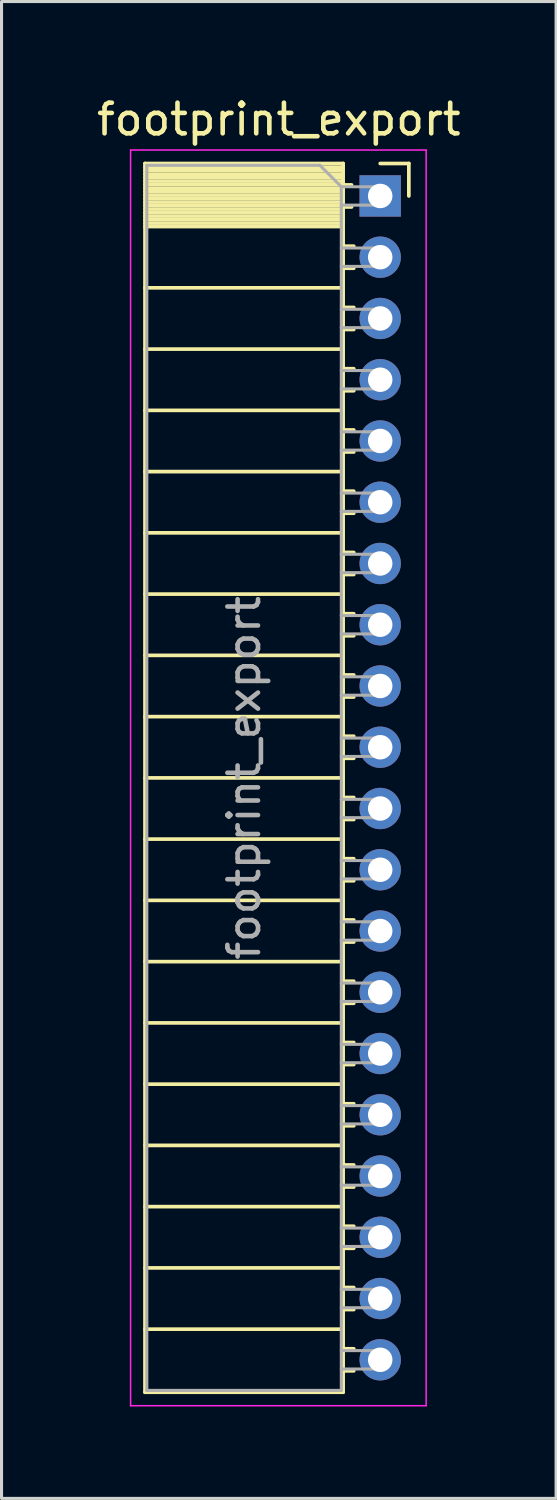
<source format=kicad_pcb>
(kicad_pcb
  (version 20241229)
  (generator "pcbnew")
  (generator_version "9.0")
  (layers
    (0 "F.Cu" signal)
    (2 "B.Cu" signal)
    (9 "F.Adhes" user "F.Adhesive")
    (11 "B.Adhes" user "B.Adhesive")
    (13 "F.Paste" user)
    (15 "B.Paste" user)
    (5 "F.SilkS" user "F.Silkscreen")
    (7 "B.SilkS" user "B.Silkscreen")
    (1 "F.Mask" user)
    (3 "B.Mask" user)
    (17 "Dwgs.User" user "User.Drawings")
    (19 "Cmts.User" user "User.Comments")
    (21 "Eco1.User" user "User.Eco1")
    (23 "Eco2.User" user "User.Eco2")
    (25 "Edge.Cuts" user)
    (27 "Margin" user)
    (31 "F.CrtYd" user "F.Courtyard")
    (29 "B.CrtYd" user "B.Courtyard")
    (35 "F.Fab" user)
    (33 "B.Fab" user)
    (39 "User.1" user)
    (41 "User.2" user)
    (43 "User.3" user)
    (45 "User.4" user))
  (footprint "footprint_export"
    (layer "F.Cu")
    (at 9.364 3.348)
    (property "Reference" "footprint_export" (at -3.31 -2.5 0) (layer "F.SilkS") (effects (font (size 1 1) (thickness 0.15))))
    (attr through_hole)
    (fp_line (start -7.68 -1.06) (end -7.68 39.06) (stroke (width 0.12) (type solid)) (layer "F.SilkS"))
    (fp_line (start -7.68 -1.06) (end -1.21 -1.06) (stroke (width 0.12) (type solid)) (layer "F.SilkS"))
    (fp_line (start -7.68 -0.94) (end -1.21 -0.94) (stroke (width 0.12) (type solid)) (layer "F.SilkS"))
    (fp_line (start -7.68 -0.826) (end -1.21 -0.826) (stroke (width 0.12) (type solid)) (layer "F.SilkS"))
    (fp_line (start -7.68 -0.712) (end -1.21 -0.712) (stroke (width 0.12) (type solid)) (layer "F.SilkS"))
    (fp_line (start -7.68 -0.598) (end -1.21 -0.598) (stroke (width 0.12) (type solid)) (layer "F.SilkS"))
    (fp_line (start -7.68 -0.484) (end -1.21 -0.484) (stroke (width 0.12) (type solid)) (layer "F.SilkS"))
    (fp_line (start -7.68 -0.369) (end -1.21 -0.369) (stroke (width 0.12) (type solid)) (layer "F.SilkS"))
    (fp_line (start -7.68 -0.255) (end -1.21 -0.255) (stroke (width 0.12) (type solid)) (layer "F.SilkS"))
    (fp_line (start -7.68 -0.141) (end -1.21 -0.141) (stroke (width 0.12) (type solid)) (layer "F.SilkS"))
    (fp_line (start -7.68 -0.027) (end -1.21 -0.027) (stroke (width 0.12) (type solid)) (layer "F.SilkS"))
    (fp_line (start -7.68 0.087) (end -1.21 0.087) (stroke (width 0.12) (type solid)) (layer "F.SilkS"))
    (fp_line (start -7.68 0.201) (end -1.21 0.201) (stroke (width 0.12) (type solid)) (layer "F.SilkS"))
    (fp_line (start -7.68 0.315) (end -1.21 0.315) (stroke (width 0.12) (type solid)) (layer "F.SilkS"))
    (fp_line (start -7.68 0.429) (end -1.21 0.429) (stroke (width 0.12) (type solid)) (layer "F.SilkS"))
    (fp_line (start -7.68 0.544) (end -1.21 0.544) (stroke (width 0.12) (type solid)) (layer "F.SilkS"))
    (fp_line (start -7.68 0.658) (end -1.21 0.658) (stroke (width 0.12) (type solid)) (layer "F.SilkS"))
    (fp_line (start -7.68 0.772) (end -1.21 0.772) (stroke (width 0.12) (type solid)) (layer "F.SilkS"))
    (fp_line (start -7.68 0.886) (end -1.21 0.886) (stroke (width 0.12) (type solid)) (layer "F.SilkS"))
    (fp_line (start -7.68 1) (end -1.21 1) (stroke (width 0.12) (type solid)) (layer "F.SilkS"))
    (fp_line (start -7.68 3) (end -1.21 3) (stroke (width 0.12) (type solid)) (layer "F.SilkS"))
    (fp_line (start -7.68 5) (end -1.21 5) (stroke (width 0.12) (type solid)) (layer "F.SilkS"))
    (fp_line (start -7.68 7) (end -1.21 7) (stroke (width 0.12) (type solid)) (layer "F.SilkS"))
    (fp_line (start -7.68 9) (end -1.21 9) (stroke (width 0.12) (type solid)) (layer "F.SilkS"))
    (fp_line (start -7.68 11) (end -1.21 11) (stroke (width 0.12) (type solid)) (layer "F.SilkS"))
    (fp_line (start -7.68 13) (end -1.21 13) (stroke (width 0.12) (type solid)) (layer "F.SilkS"))
    (fp_line (start -7.68 15) (end -1.21 15) (stroke (width 0.12) (type solid)) (layer "F.SilkS"))
    (fp_line (start -7.68 17) (end -1.21 17) (stroke (width 0.12) (type solid)) (layer "F.SilkS"))
    (fp_line (start -7.68 19) (end -1.21 19) (stroke (width 0.12) (type solid)) (layer "F.SilkS"))
    (fp_line (start -7.68 21) (end -1.21 21) (stroke (width 0.12) (type solid)) (layer "F.SilkS"))
    (fp_line (start -7.68 23) (end -1.21 23) (stroke (width 0.12) (type solid)) (layer "F.SilkS"))
    (fp_line (start -7.68 25) (end -1.21 25) (stroke (width 0.12) (type solid)) (layer "F.SilkS"))
    (fp_line (start -7.68 27) (end -1.21 27) (stroke (width 0.12) (type solid)) (layer "F.SilkS"))
    (fp_line (start -7.68 29) (end -1.21 29) (stroke (width 0.12) (type solid)) (layer "F.SilkS"))
    (fp_line (start -7.68 31) (end -1.21 31) (stroke (width 0.12) (type solid)) (layer "F.SilkS"))
    (fp_line (start -7.68 33) (end -1.21 33) (stroke (width 0.12) (type solid)) (layer "F.SilkS"))
    (fp_line (start -7.68 35) (end -1.21 35) (stroke (width 0.12) (type solid)) (layer "F.SilkS"))
    (fp_line (start -7.68 37) (end -1.21 37) (stroke (width 0.12) (type solid)) (layer "F.SilkS"))
    (fp_line (start -7.68 39.06) (end -1.21 39.06) (stroke (width 0.12) (type solid)) (layer "F.SilkS"))
    (fp_line (start -1.21 -1.06) (end -1.21 39.06) (stroke (width 0.12) (type solid)) (layer "F.SilkS"))
    (fp_line (start -1.21 -0.36) (end -0.935 -0.36) (stroke (width 0.12) (type solid)) (layer "F.SilkS"))
    (fp_line (start -1.21 0.36) (end -0.935 0.36) (stroke (width 0.12) (type solid)) (layer "F.SilkS"))
    (fp_line (start -1.21 1.64) (end -0.863 1.64) (stroke (width 0.12) (type solid)) (layer "F.SilkS"))
    (fp_line (start -1.21 2.36) (end -0.863 2.36) (stroke (width 0.12) (type solid)) (layer "F.SilkS"))
    (fp_line (start -1.21 3.64) (end -0.863 3.64) (stroke (width 0.12) (type solid)) (layer "F.SilkS"))
    (fp_line (start -1.21 4.36) (end -0.863 4.36) (stroke (width 0.12) (type solid)) (layer "F.SilkS"))
    (fp_line (start -1.21 5.64) (end -0.863 5.64) (stroke (width 0.12) (type solid)) (layer "F.SilkS"))
    (fp_line (start -1.21 6.36) (end -0.863 6.36) (stroke (width 0.12) (type solid)) (layer "F.SilkS"))
    (fp_line (start -1.21 7.64) (end -0.863 7.64) (stroke (width 0.12) (type solid)) (layer "F.SilkS"))
    (fp_line (start -1.21 8.36) (end -0.863 8.36) (stroke (width 0.12) (type solid)) (layer "F.SilkS"))
    (fp_line (start -1.21 9.64) (end -0.863 9.64) (stroke (width 0.12) (type solid)) (layer "F.SilkS"))
    (fp_line (start -1.21 10.36) (end -0.863 10.36) (stroke (width 0.12) (type solid)) (layer "F.SilkS"))
    (fp_line (start -1.21 11.64) (end -0.863 11.64) (stroke (width 0.12) (type solid)) (layer "F.SilkS"))
    (fp_line (start -1.21 12.36) (end -0.863 12.36) (stroke (width 0.12) (type solid)) (layer "F.SilkS"))
    (fp_line (start -1.21 13.64) (end -0.863 13.64) (stroke (width 0.12) (type solid)) (layer "F.SilkS"))
    (fp_line (start -1.21 14.36) (end -0.863 14.36) (stroke (width 0.12) (type solid)) (layer "F.SilkS"))
    (fp_line (start -1.21 15.64) (end -0.863 15.64) (stroke (width 0.12) (type solid)) (layer "F.SilkS"))
    (fp_line (start -1.21 16.36) (end -0.863 16.36) (stroke (width 0.12) (type solid)) (layer "F.SilkS"))
    (fp_line (start -1.21 17.64) (end -0.863 17.64) (stroke (width 0.12) (type solid)) (layer "F.SilkS"))
    (fp_line (start -1.21 18.36) (end -0.863 18.36) (stroke (width 0.12) (type solid)) (layer "F.SilkS"))
    (fp_line (start -1.21 19.64) (end -0.863 19.64) (stroke (width 0.12) (type solid)) (layer "F.SilkS"))
    (fp_line (start -1.21 20.36) (end -0.863 20.36) (stroke (width 0.12) (type solid)) (layer "F.SilkS"))
    (fp_line (start -1.21 21.64) (end -0.863 21.64) (stroke (width 0.12) (type solid)) (layer "F.SilkS"))
    (fp_line (start -1.21 22.36) (end -0.863 22.36) (stroke (width 0.12) (type solid)) (layer "F.SilkS"))
    (fp_line (start -1.21 23.64) (end -0.863 23.64) (stroke (width 0.12) (type solid)) (layer "F.SilkS"))
    (fp_line (start -1.21 24.36) (end -0.863 24.36) (stroke (width 0.12) (type solid)) (layer "F.SilkS"))
    (fp_line (start -1.21 25.64) (end -0.863 25.64) (stroke (width 0.12) (type solid)) (layer "F.SilkS"))
    (fp_line (start -1.21 26.36) (end -0.863 26.36) (stroke (width 0.12) (type solid)) (layer "F.SilkS"))
    (fp_line (start -1.21 27.64) (end -0.863 27.64) (stroke (width 0.12) (type solid)) (layer "F.SilkS"))
    (fp_line (start -1.21 28.36) (end -0.863 28.36) (stroke (width 0.12) (type solid)) (layer "F.SilkS"))
    (fp_line (start -1.21 29.64) (end -0.863 29.64) (stroke (width 0.12) (type solid)) (layer "F.SilkS"))
    (fp_line (start -1.21 30.36) (end -0.863 30.36) (stroke (width 0.12) (type solid)) (layer "F.SilkS"))
    (fp_line (start -1.21 31.64) (end -0.863 31.64) (stroke (width 0.12) (type solid)) (layer "F.SilkS"))
    (fp_line (start -1.21 32.36) (end -0.863 32.36) (stroke (width 0.12) (type solid)) (layer "F.SilkS"))
    (fp_line (start -1.21 33.64) (end -0.863 33.64) (stroke (width 0.12) (type solid)) (layer "F.SilkS"))
    (fp_line (start -1.21 34.36) (end -0.863 34.36) (stroke (width 0.12) (type solid)) (layer "F.SilkS"))
    (fp_line (start -1.21 35.64) (end -0.863 35.64) (stroke (width 0.12) (type solid)) (layer "F.SilkS"))
    (fp_line (start -1.21 36.36) (end -0.863 36.36) (stroke (width 0.12) (type solid)) (layer "F.SilkS"))
    (fp_line (start -1.21 37.64) (end -0.863 37.64) (stroke (width 0.12) (type solid)) (layer "F.SilkS"))
    (fp_line (start -1.21 38.36) (end -0.863 38.36) (stroke (width 0.12) (type solid)) (layer "F.SilkS"))
    (fp_line (start 0 -1.06) (end 0.935 -1.06) (stroke (width 0.12) (type solid)) (layer "F.SilkS"))
    (fp_line (start 0.935 -1.06) (end 0.935 0) (stroke (width 0.12) (type solid)) (layer "F.SilkS"))
    (fp_line (start -8.15 -1.5) (end -8.15 39.5) (stroke (width 0.05) (type solid)) (layer "F.CrtYd"))
    (fp_line (start -8.15 39.5) (end 1.5 39.5) (stroke (width 0.05) (type solid)) (layer "F.CrtYd"))
    (fp_line (start 1.5 -1.5) (end -8.15 -1.5) (stroke (width 0.05) (type solid)) (layer "F.CrtYd"))
    (fp_line (start 1.5 39.5) (end 1.5 -1.5) (stroke (width 0.05) (type solid)) (layer "F.CrtYd"))
    (fp_line (start -7.62 -1) (end -1.97 -1) (stroke (width 0.1) (type solid)) (layer "F.Fab"))
    (fp_line (start -7.62 39) (end -7.62 -1) (stroke (width 0.1) (type solid)) (layer "F.Fab"))
    (fp_line (start -1.97 -1) (end -1.27 -0.3) (stroke (width 0.1) (type solid)) (layer "F.Fab"))
    (fp_line (start -1.27 -0.3) (end -1.27 39) (stroke (width 0.1) (type solid)) (layer "F.Fab"))
    (fp_line (start -1.27 0.3) (end 0 0.3) (stroke (width 0.1) (type solid)) (layer "F.Fab"))
    (fp_line (start -1.27 2.3) (end 0 2.3) (stroke (width 0.1) (type solid)) (layer "F.Fab"))
    (fp_line (start -1.27 4.3) (end 0 4.3) (stroke (width 0.1) (type solid)) (layer "F.Fab"))
    (fp_line (start -1.27 6.3) (end 0 6.3) (stroke (width 0.1) (type solid)) (layer "F.Fab"))
    (fp_line (start -1.27 8.3) (end 0 8.3) (stroke (width 0.1) (type solid)) (layer "F.Fab"))
    (fp_line (start -1.27 10.3) (end 0 10.3) (stroke (width 0.1) (type solid)) (layer "F.Fab"))
    (fp_line (start -1.27 12.3) (end 0 12.3) (stroke (width 0.1) (type solid)) (layer "F.Fab"))
    (fp_line (start -1.27 14.3) (end 0 14.3) (stroke (width 0.1) (type solid)) (layer "F.Fab"))
    (fp_line (start -1.27 16.3) (end 0 16.3) (stroke (width 0.1) (type solid)) (layer "F.Fab"))
    (fp_line (start -1.27 18.3) (end 0 18.3) (stroke (width 0.1) (type solid)) (layer "F.Fab"))
    (fp_line (start -1.27 20.3) (end 0 20.3) (stroke (width 0.1) (type solid)) (layer "F.Fab"))
    (fp_line (start -1.27 22.3) (end 0 22.3) (stroke (width 0.1) (type solid)) (layer "F.Fab"))
    (fp_line (start -1.27 24.3) (end 0 24.3) (stroke (width 0.1) (type solid)) (layer "F.Fab"))
    (fp_line (start -1.27 26.3) (end 0 26.3) (stroke (width 0.1) (type solid)) (layer "F.Fab"))
    (fp_line (start -1.27 28.3) (end 0 28.3) (stroke (width 0.1) (type solid)) (layer "F.Fab"))
    (fp_line (start -1.27 30.3) (end 0 30.3) (stroke (width 0.1) (type solid)) (layer "F.Fab"))
    (fp_line (start -1.27 32.3) (end 0 32.3) (stroke (width 0.1) (type solid)) (layer "F.Fab"))
    (fp_line (start -1.27 34.3) (end 0 34.3) (stroke (width 0.1) (type solid)) (layer "F.Fab"))
    (fp_line (start -1.27 36.3) (end 0 36.3) (stroke (width 0.1) (type solid)) (layer "F.Fab"))
    (fp_line (start -1.27 38.3) (end 0 38.3) (stroke (width 0.1) (type solid)) (layer "F.Fab"))
    (fp_line (start -1.27 39) (end -7.62 39) (stroke (width 0.1) (type solid)) (layer "F.Fab"))
    (fp_line (start 0 -0.3) (end -1.27 -0.3) (stroke (width 0.1) (type solid)) (layer "F.Fab"))
    (fp_line (start 0 0.3) (end 0 -0.3) (stroke (width 0.1) (type solid)) (layer "F.Fab"))
    (fp_line (start 0 1.7) (end -1.27 1.7) (stroke (width 0.1) (type solid)) (layer "F.Fab"))
    (fp_line (start 0 2.3) (end 0 1.7) (stroke (width 0.1) (type solid)) (layer "F.Fab"))
    (fp_line (start 0 3.7) (end -1.27 3.7) (stroke (width 0.1) (type solid)) (layer "F.Fab"))
    (fp_line (start 0 4.3) (end 0 3.7) (stroke (width 0.1) (type solid)) (layer "F.Fab"))
    (fp_line (start 0 5.7) (end -1.27 5.7) (stroke (width 0.1) (type solid)) (layer "F.Fab"))
    (fp_line (start 0 6.3) (end 0 5.7) (stroke (width 0.1) (type solid)) (layer "F.Fab"))
    (fp_line (start 0 7.7) (end -1.27 7.7) (stroke (width 0.1) (type solid)) (layer "F.Fab"))
    (fp_line (start 0 8.3) (end 0 7.7) (stroke (width 0.1) (type solid)) (layer "F.Fab"))
    (fp_line (start 0 9.7) (end -1.27 9.7) (stroke (width 0.1) (type solid)) (layer "F.Fab"))
    (fp_line (start 0 10.3) (end 0 9.7) (stroke (width 0.1) (type solid)) (layer "F.Fab"))
    (fp_line (start 0 11.7) (end -1.27 11.7) (stroke (width 0.1) (type solid)) (layer "F.Fab"))
    (fp_line (start 0 12.3) (end 0 11.7) (stroke (width 0.1) (type solid)) (layer "F.Fab"))
    (fp_line (start 0 13.7) (end -1.27 13.7) (stroke (width 0.1) (type solid)) (layer "F.Fab"))
    (fp_line (start 0 14.3) (end 0 13.7) (stroke (width 0.1) (type solid)) (layer "F.Fab"))
    (fp_line (start 0 15.7) (end -1.27 15.7) (stroke (width 0.1) (type solid)) (layer "F.Fab"))
    (fp_line (start 0 16.3) (end 0 15.7) (stroke (width 0.1) (type solid)) (layer "F.Fab"))
    (fp_line (start 0 17.7) (end -1.27 17.7) (stroke (width 0.1) (type solid)) (layer "F.Fab"))
    (fp_line (start 0 18.3) (end 0 17.7) (stroke (width 0.1) (type solid)) (layer "F.Fab"))
    (fp_line (start 0 19.7) (end -1.27 19.7) (stroke (width 0.1) (type solid)) (layer "F.Fab"))
    (fp_line (start 0 20.3) (end 0 19.7) (stroke (width 0.1) (type solid)) (layer "F.Fab"))
    (fp_line (start 0 21.7) (end -1.27 21.7) (stroke (width 0.1) (type solid)) (layer "F.Fab"))
    (fp_line (start 0 22.3) (end 0 21.7) (stroke (width 0.1) (type solid)) (layer "F.Fab"))
    (fp_line (start 0 23.7) (end -1.27 23.7) (stroke (width 0.1) (type solid)) (layer "F.Fab"))
    (fp_line (start 0 24.3) (end 0 23.7) (stroke (width 0.1) (type solid)) (layer "F.Fab"))
    (fp_line (start 0 25.7) (end -1.27 25.7) (stroke (width 0.1) (type solid)) (layer "F.Fab"))
    (fp_line (start 0 26.3) (end 0 25.7) (stroke (width 0.1) (type solid)) (layer "F.Fab"))
    (fp_line (start 0 27.7) (end -1.27 27.7) (stroke (width 0.1) (type solid)) (layer "F.Fab"))
    (fp_line (start 0 28.3) (end 0 27.7) (stroke (width 0.1) (type solid)) (layer "F.Fab"))
    (fp_line (start 0 29.7) (end -1.27 29.7) (stroke (width 0.1) (type solid)) (layer "F.Fab"))
    (fp_line (start 0 30.3) (end 0 29.7) (stroke (width 0.1) (type solid)) (layer "F.Fab"))
    (fp_line (start 0 31.7) (end -1.27 31.7) (stroke (width 0.1) (type solid)) (layer "F.Fab"))
    (fp_line (start 0 32.3) (end 0 31.7) (stroke (width 0.1) (type solid)) (layer "F.Fab"))
    (fp_line (start 0 33.7) (end -1.27 33.7) (stroke (width 0.1) (type solid)) (layer "F.Fab"))
    (fp_line (start 0 34.3) (end 0 33.7) (stroke (width 0.1) (type solid)) (layer "F.Fab"))
    (fp_line (start 0 35.7) (end -1.27 35.7) (stroke (width 0.1) (type solid)) (layer "F.Fab"))
    (fp_line (start 0 36.3) (end 0 35.7) (stroke (width 0.1) (type solid)) (layer "F.Fab"))
    (fp_line (start 0 37.7) (end -1.27 37.7) (stroke (width 0.1) (type solid)) (layer "F.Fab"))
    (fp_line (start 0 38.3) (end 0 37.7) (stroke (width 0.1) (type solid)) (layer "F.Fab"))
    (fp_text user "${REFERENCE}" (at -4.445 19 90) (layer "F.Fab") (effects (font (size 1 1) (thickness 0.15))))
    (pad "1" thru_hole rect (at 0 0) (size 1.35 1.35) (drill 0.8) (layers "*.Cu" "*.Mask"))
    (pad "2" thru_hole oval (at 0 2) (size 1.35 1.35) (drill 0.8) (layers "*.Cu" "*.Mask"))
    (pad "3" thru_hole oval (at 0 4) (size 1.35 1.35) (drill 0.8) (layers "*.Cu" "*.Mask"))
    (pad "4" thru_hole oval (at 0 6) (size 1.35 1.35) (drill 0.8) (layers "*.Cu" "*.Mask"))
    (pad "5" thru_hole oval (at 0 8) (size 1.35 1.35) (drill 0.8) (layers "*.Cu" "*.Mask"))
    (pad "6" thru_hole oval (at 0 10) (size 1.35 1.35) (drill 0.8) (layers "*.Cu" "*.Mask"))
    (pad "7" thru_hole oval (at 0 12) (size 1.35 1.35) (drill 0.8) (layers "*.Cu" "*.Mask"))
    (pad "8" thru_hole oval (at 0 14) (size 1.35 1.35) (drill 0.8) (layers "*.Cu" "*.Mask"))
    (pad "9" thru_hole oval (at 0 16) (size 1.35 1.35) (drill 0.8) (layers "*.Cu" "*.Mask"))
    (pad "10" thru_hole oval (at 0 18) (size 1.35 1.35) (drill 0.8) (layers "*.Cu" "*.Mask"))
    (pad "11" thru_hole oval (at 0 20) (size 1.35 1.35) (drill 0.8) (layers "*.Cu" "*.Mask"))
    (pad "12" thru_hole oval (at 0 22) (size 1.35 1.35) (drill 0.8) (layers "*.Cu" "*.Mask"))
    (pad "13" thru_hole oval (at 0 24) (size 1.35 1.35) (drill 0.8) (layers "*.Cu" "*.Mask"))
    (pad "14" thru_hole oval (at 0 26) (size 1.35 1.35) (drill 0.8) (layers "*.Cu" "*.Mask"))
    (pad "15" thru_hole oval (at 0 28) (size 1.35 1.35) (drill 0.8) (layers "*.Cu" "*.Mask"))
    (pad "16" thru_hole oval (at 0 30) (size 1.35 1.35) (drill 0.8) (layers "*.Cu" "*.Mask"))
    (pad "17" thru_hole oval (at 0 32) (size 1.35 1.35) (drill 0.8) (layers "*.Cu" "*.Mask"))
    (pad "18" thru_hole oval (at 0 34) (size 1.35 1.35) (drill 0.8) (layers "*.Cu" "*.Mask"))
    (pad "19" thru_hole oval (at 0 36) (size 1.35 1.35) (drill 0.8) (layers "*.Cu" "*.Mask"))
    (pad "20" thru_hole oval (at 0 38) (size 1.35 1.35) (drill 0.8) (layers "*.Cu" "*.Mask")))
  (gr_rect
    (start -3 -3)
    (end 15.107 45.873)
    (stroke (width 0.1) (type default))
    (fill no)
    (layer "Edge.Cuts")))
</source>
